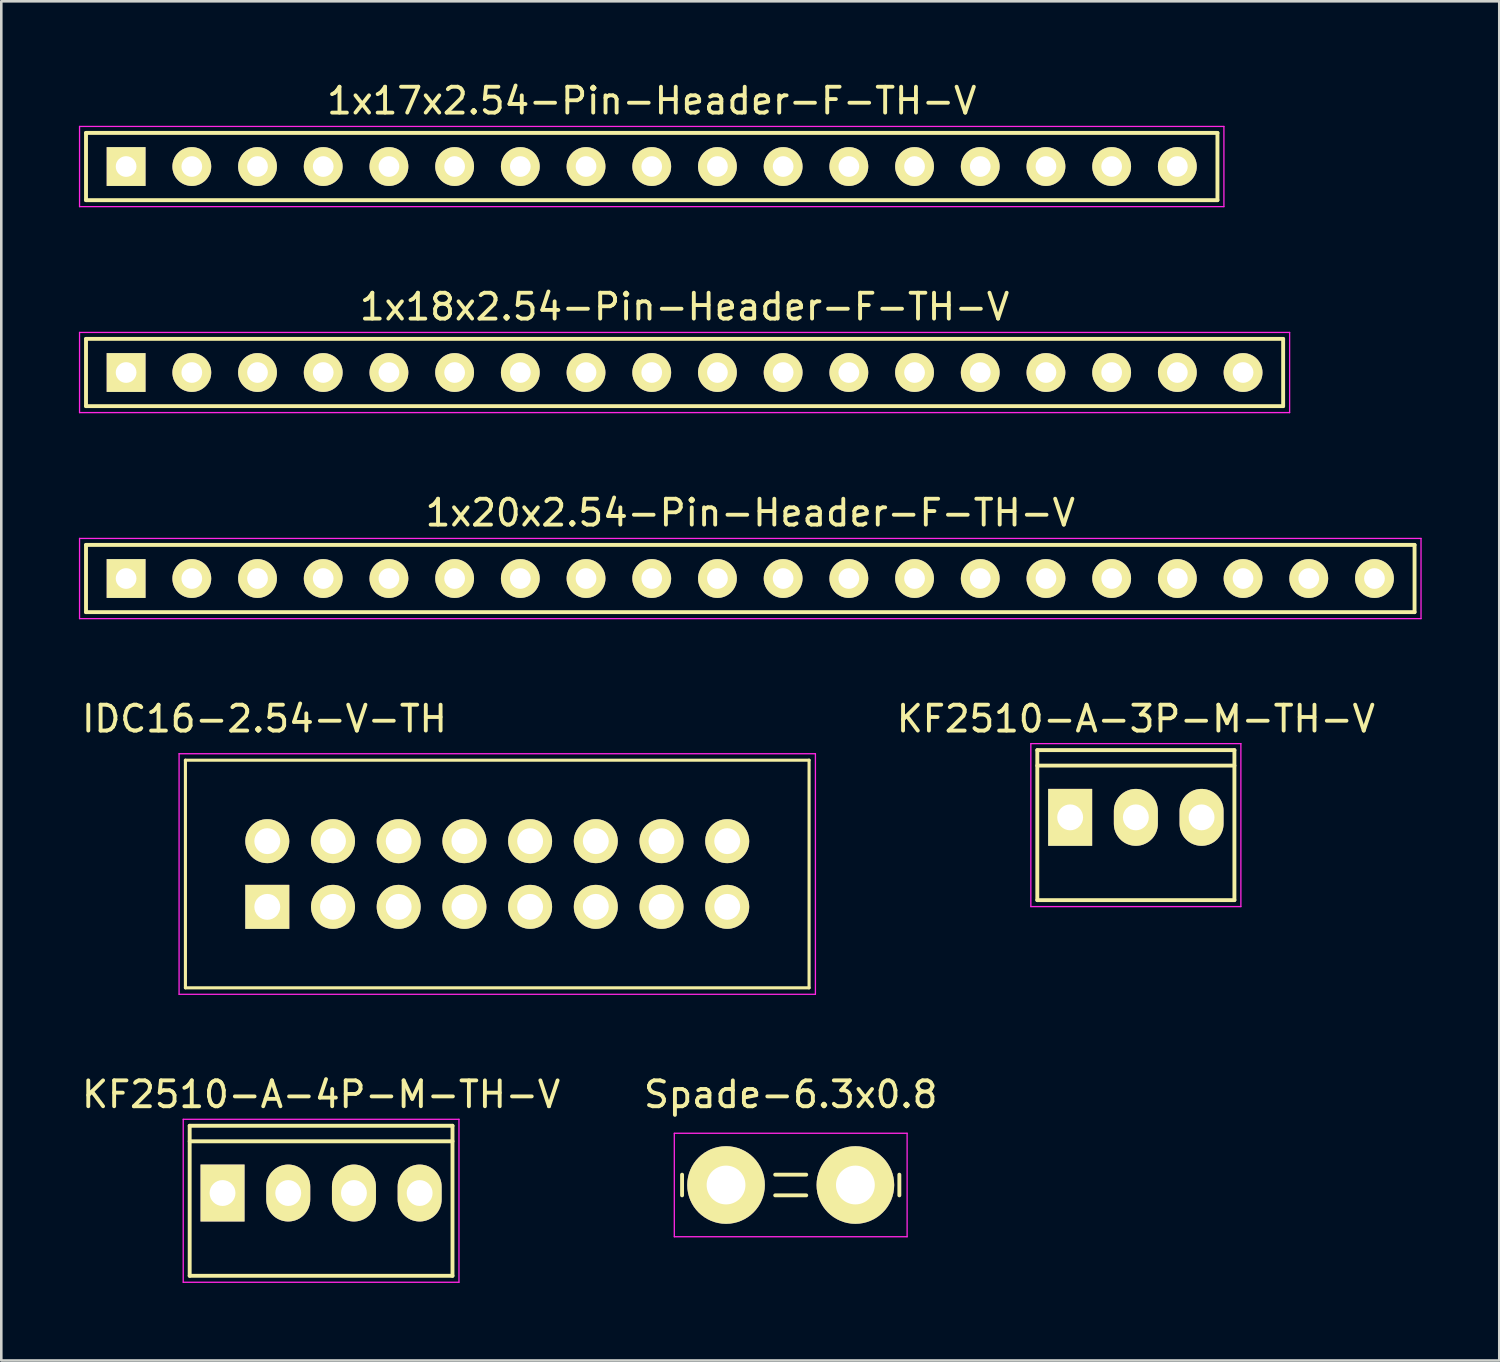
<source format=kicad_pcb>
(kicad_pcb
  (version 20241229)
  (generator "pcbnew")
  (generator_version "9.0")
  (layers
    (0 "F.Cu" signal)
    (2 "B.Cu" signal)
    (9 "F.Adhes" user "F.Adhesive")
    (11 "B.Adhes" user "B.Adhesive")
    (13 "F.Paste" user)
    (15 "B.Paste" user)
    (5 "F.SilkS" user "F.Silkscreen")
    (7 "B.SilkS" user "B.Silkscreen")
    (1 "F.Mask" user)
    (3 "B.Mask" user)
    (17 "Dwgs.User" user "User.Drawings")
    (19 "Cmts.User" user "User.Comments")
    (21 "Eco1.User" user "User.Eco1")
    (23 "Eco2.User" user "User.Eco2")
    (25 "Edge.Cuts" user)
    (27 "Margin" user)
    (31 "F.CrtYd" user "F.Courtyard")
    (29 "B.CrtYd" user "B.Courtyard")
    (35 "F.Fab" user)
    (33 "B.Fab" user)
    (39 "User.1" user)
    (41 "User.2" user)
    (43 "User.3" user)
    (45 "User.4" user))
  (footprint "1x17x2.54-Pin-Header-F-TH-V"
    (layer "F.Cu")
    (at 22.145 3.388)
    (property "Reference" "1x17x2.54-Pin-Header-F-TH-V" (at 0 -2.54 0) (layer "F.SilkS") (effects (font (size 1 1) (thickness 0.15))))
    (attr through_hole)
    (fp_line (start -21.87 -1.3) (end 21.87 -1.3) (stroke (width 0.15) (type solid)) (layer "F.SilkS"))
    (fp_line (start -21.87 1.3) (end -21.87 -1.3) (stroke (width 0.15) (type solid)) (layer "F.SilkS"))
    (fp_line (start 21.87 -1.3) (end 21.87 1.3) (stroke (width 0.15) (type solid)) (layer "F.SilkS"))
    (fp_line (start 21.87 1.3) (end -21.87 1.3) (stroke (width 0.15) (type solid)) (layer "F.SilkS"))
    (fp_line (start -22.12 -1.55) (end 22.12 -1.55) (stroke (width 0.05) (type solid)) (layer "F.CrtYd"))
    (fp_line (start -22.12 1.55) (end -22.12 -1.55) (stroke (width 0.05) (type solid)) (layer "F.CrtYd"))
    (fp_line (start 22.12 -1.55) (end 22.12 1.55) (stroke (width 0.05) (type solid)) (layer "F.CrtYd"))
    (fp_line (start 22.12 1.55) (end -22.12 1.55) (stroke (width 0.05) (type solid)) (layer "F.CrtYd"))
    (pad "1" thru_hole rect (at -20.32 0) (size 1.5 1.5) (drill 0.8) (layers "*.Cu" "*.Mask" "F.SilkS"))
    (pad "2" thru_hole circle (at -17.78 0) (size 1.5 1.5) (drill 0.8) (layers "*.Cu" "*.Mask" "F.SilkS"))
    (pad "3" thru_hole circle (at -15.24 0) (size 1.5 1.5) (drill 0.8) (layers "*.Cu" "*.Mask" "F.SilkS"))
    (pad "4" thru_hole circle (at -12.7 0) (size 1.5 1.5) (drill 0.8) (layers "*.Cu" "*.Mask" "F.SilkS"))
    (pad "5" thru_hole circle (at -10.16 0) (size 1.5 1.5) (drill 0.8) (layers "*.Cu" "*.Mask" "F.SilkS"))
    (pad "6" thru_hole circle (at -7.62 0) (size 1.5 1.5) (drill 0.8) (layers "*.Cu" "*.Mask" "F.SilkS"))
    (pad "7" thru_hole circle (at -5.08 0) (size 1.5 1.5) (drill 0.8) (layers "*.Cu" "*.Mask" "F.SilkS"))
    (pad "8" thru_hole circle (at -2.54 0) (size 1.5 1.5) (drill 0.8) (layers "*.Cu" "*.Mask" "F.SilkS"))
    (pad "9" thru_hole circle (at 0 0) (size 1.5 1.5) (drill 0.8) (layers "*.Cu" "*.Mask" "F.SilkS"))
    (pad "10" thru_hole circle (at 2.54 0) (size 1.5 1.5) (drill 0.8) (layers "*.Cu" "*.Mask" "F.SilkS"))
    (pad "11" thru_hole circle (at 5.08 0) (size 1.5 1.5) (drill 0.8) (layers "*.Cu" "*.Mask" "F.SilkS"))
    (pad "12" thru_hole circle (at 7.62 0) (size 1.5 1.5) (drill 0.8) (layers "*.Cu" "*.Mask" "F.SilkS"))
    (pad "13" thru_hole circle (at 10.16 0) (size 1.5 1.5) (drill 0.8) (layers "*.Cu" "*.Mask" "F.SilkS"))
    (pad "14" thru_hole circle (at 12.7 0) (size 1.5 1.5) (drill 0.8) (layers "*.Cu" "*.Mask" "F.SilkS"))
    (pad "15" thru_hole circle (at 15.24 0) (size 1.5 1.5) (drill 0.8) (layers "*.Cu" "*.Mask" "F.SilkS"))
    (pad "16" thru_hole circle (at 17.78 0) (size 1.5 1.5) (drill 0.8) (layers "*.Cu" "*.Mask" "F.SilkS"))
    (pad "17" thru_hole circle (at 20.32 0) (size 1.5 1.5) (drill 0.8) (layers "*.Cu" "*.Mask" "F.SilkS")))
  (footprint "Spade-6.3x0.8"
    (layer "F.Cu")
    (at 27.518 42.761)
    (property "Reference" "Spade-6.3x0.8" (at 0 -3.5 0) (layer "F.SilkS") (effects (font (size 1 1) (thickness 0.15))))
    (attr through_hole)
    (fp_line (start -4.2 -0.4) (end -4.2 0.4) (stroke (width 0.15) (type solid)) (layer "F.SilkS"))
    (fp_line (start -0.6 -0.4) (end 0.6 -0.4) (stroke (width 0.15) (type solid)) (layer "F.SilkS"))
    (fp_line (start -0.6 0.4) (end 0.6 0.4) (stroke (width 0.15) (type solid)) (layer "F.SilkS"))
    (fp_line (start 4.2 -0.4) (end 4.2 0.4) (stroke (width 0.15) (type solid)) (layer "F.SilkS"))
    (fp_line (start -4.5 -2) (end 4.5 -2) (stroke (width 0.05) (type solid)) (layer "F.CrtYd"))
    (fp_line (start -4.5 2) (end -4.5 -2) (stroke (width 0.05) (type solid)) (layer "F.CrtYd"))
    (fp_line (start 4.5 -2) (end 4.5 2) (stroke (width 0.05) (type solid)) (layer "F.CrtYd"))
    (fp_line (start 4.5 2) (end -4.5 2) (stroke (width 0.05) (type solid)) (layer "F.CrtYd"))
    (pad "1" thru_hole circle (at -2.5 0) (size 3 3) (drill 1.5) (layers "*.Cu" "*.Mask" "F.SilkS"))
    (pad "1" thru_hole circle (at 2.5 0) (size 3 3) (drill 1.5) (layers "*.Cu" "*.Mask" "F.SilkS")))
  (footprint "1x18x2.54-Pin-Header-F-TH-V"
    (layer "F.Cu")
    (at 23.415 11.351)
    (property "Reference" "1x18x2.54-Pin-Header-F-TH-V" (at 0 -2.54 0) (layer "F.SilkS") (effects (font (size 1 1) (thickness 0.15))))
    (attr through_hole)
    (fp_line (start -23.14 -1.3) (end 23.14 -1.3) (stroke (width 0.15) (type solid)) (layer "F.SilkS"))
    (fp_line (start -23.14 1.3) (end -23.14 -1.3) (stroke (width 0.15) (type solid)) (layer "F.SilkS"))
    (fp_line (start 23.14 -1.3) (end 23.14 1.3) (stroke (width 0.15) (type solid)) (layer "F.SilkS"))
    (fp_line (start 23.14 1.3) (end -23.14 1.3) (stroke (width 0.15) (type solid)) (layer "F.SilkS"))
    (fp_line (start -23.39 -1.55) (end 23.39 -1.55) (stroke (width 0.05) (type solid)) (layer "F.CrtYd"))
    (fp_line (start -23.39 1.55) (end -23.39 -1.55) (stroke (width 0.05) (type solid)) (layer "F.CrtYd"))
    (fp_line (start 23.39 -1.55) (end 23.39 1.55) (stroke (width 0.05) (type solid)) (layer "F.CrtYd"))
    (fp_line (start 23.39 1.55) (end -23.39 1.55) (stroke (width 0.05) (type solid)) (layer "F.CrtYd"))
    (pad "1" thru_hole rect (at -21.59 0) (size 1.5 1.5) (drill 0.8) (layers "*.Cu" "*.Mask" "F.SilkS"))
    (pad "2" thru_hole circle (at -19.05 0) (size 1.5 1.5) (drill 0.8) (layers "*.Cu" "*.Mask" "F.SilkS"))
    (pad "3" thru_hole circle (at -16.51 0) (size 1.5 1.5) (drill 0.8) (layers "*.Cu" "*.Mask" "F.SilkS"))
    (pad "4" thru_hole circle (at -13.97 0) (size 1.5 1.5) (drill 0.8) (layers "*.Cu" "*.Mask" "F.SilkS"))
    (pad "5" thru_hole circle (at -11.43 0) (size 1.5 1.5) (drill 0.8) (layers "*.Cu" "*.Mask" "F.SilkS"))
    (pad "6" thru_hole circle (at -8.89 0) (size 1.5 1.5) (drill 0.8) (layers "*.Cu" "*.Mask" "F.SilkS"))
    (pad "7" thru_hole circle (at -6.35 0) (size 1.5 1.5) (drill 0.8) (layers "*.Cu" "*.Mask" "F.SilkS"))
    (pad "8" thru_hole circle (at -3.81 0) (size 1.5 1.5) (drill 0.8) (layers "*.Cu" "*.Mask" "F.SilkS"))
    (pad "9" thru_hole circle (at -1.27 0) (size 1.5 1.5) (drill 0.8) (layers "*.Cu" "*.Mask" "F.SilkS"))
    (pad "10" thru_hole circle (at 1.27 0) (size 1.5 1.5) (drill 0.8) (layers "*.Cu" "*.Mask" "F.SilkS"))
    (pad "11" thru_hole circle (at 3.81 0) (size 1.5 1.5) (drill 0.8) (layers "*.Cu" "*.Mask" "F.SilkS"))
    (pad "12" thru_hole circle (at 6.35 0) (size 1.5 1.5) (drill 0.8) (layers "*.Cu" "*.Mask" "F.SilkS"))
    (pad "13" thru_hole circle (at 8.89 0) (size 1.5 1.5) (drill 0.8) (layers "*.Cu" "*.Mask" "F.SilkS"))
    (pad "14" thru_hole circle (at 11.43 0) (size 1.5 1.5) (drill 0.8) (layers "*.Cu" "*.Mask" "F.SilkS"))
    (pad "15" thru_hole circle (at 13.97 0) (size 1.5 1.5) (drill 0.8) (layers "*.Cu" "*.Mask" "F.SilkS"))
    (pad "16" thru_hole circle (at 16.51 0) (size 1.5 1.5) (drill 0.8) (layers "*.Cu" "*.Mask" "F.SilkS"))
    (pad "17" thru_hole circle (at 19.05 0) (size 1.5 1.5) (drill 0.8) (layers "*.Cu" "*.Mask" "F.SilkS"))
    (pad "18" thru_hole circle (at 21.59 0) (size 1.5 1.5) (drill 0.8) (layers "*.Cu" "*.Mask" "F.SilkS")))
  (footprint "KF2510-A-3P-M-TH-V"
    (layer "F.Cu")
    (at 40.861 28.548)
    (property "Reference" "KF2510-A-3P-M-TH-V" (at 0 -3.81 0) (layer "F.SilkS") (effects (font (size 1 1) (thickness 0.15))))
    (attr through_hole)
    (fp_line (start -3.81 -2.6) (end 3.81 -2.6) (stroke (width 0.15) (type solid)) (layer "F.SilkS"))
    (fp_line (start -3.81 -2) (end 3.81 -2) (stroke (width 0.15) (type solid)) (layer "F.SilkS"))
    (fp_line (start -3.81 3.2) (end -3.81 -2.6) (stroke (width 0.15) (type solid)) (layer "F.SilkS"))
    (fp_line (start 3.81 -2.6) (end 3.81 3.2) (stroke (width 0.15) (type solid)) (layer "F.SilkS"))
    (fp_line (start 3.81 3.2) (end -3.81 3.2) (stroke (width 0.15) (type solid)) (layer "F.SilkS"))
    (fp_line (start -4.06 -2.85) (end 4.06 -2.85) (stroke (width 0.05) (type solid)) (layer "F.CrtYd"))
    (fp_line (start -4.06 3.45) (end -4.06 -2.85) (stroke (width 0.05) (type solid)) (layer "F.CrtYd"))
    (fp_line (start 4.06 -2.85) (end 4.06 3.45) (stroke (width 0.05) (type solid)) (layer "F.CrtYd"))
    (fp_line (start 4.06 3.45) (end -4.06 3.45) (stroke (width 0.05) (type solid)) (layer "F.CrtYd"))
    (pad "1" thru_hole rect (at -2.54 0) (size 1.7 2.2) (drill 1) (layers "*.Cu" "*.Mask" "F.SilkS"))
    (pad "2" thru_hole oval (at 0 0) (size 1.7 2.2) (drill 1) (layers "*.Cu" "*.Mask" "F.SilkS"))
    (pad "3" thru_hole oval (at 2.54 0) (size 1.7 2.2) (drill 1) (layers "*.Cu" "*.Mask" "F.SilkS")))
  (footprint "IDC16-2.54-V-TH"
    (layer "F.Cu")
    (at 16.173 30.738)
    (property "Reference" "IDC16-2.54-V-TH" (at -9 -6 0) (layer "F.SilkS") (effects (font (size 1 1) (thickness 0.15))))
    (attr through_hole)
    (fp_line (start -12.055 -4.4) (end -12.055 4.4) (stroke (width 0.12) (type solid)) (layer "F.SilkS"))
    (fp_line (start -12.055 4.4) (end 12.055 4.4) (stroke (width 0.12) (type solid)) (layer "F.SilkS"))
    (fp_line (start 12.055 -4.4) (end -12.055 -4.4) (stroke (width 0.12) (type solid)) (layer "F.SilkS"))
    (fp_line (start 12.055 4.4) (end 12.055 -4.4) (stroke (width 0.12) (type solid)) (layer "F.SilkS"))
    (fp_line (start -12.3 -4.65) (end 12.3 -4.65) (stroke (width 0.05) (type solid)) (layer "F.CrtYd"))
    (fp_line (start -12.3 4.65) (end -12.3 -4.65) (stroke (width 0.05) (type solid)) (layer "F.CrtYd"))
    (fp_line (start 12.3 -4.65) (end 12.3 4.65) (stroke (width 0.05) (type solid)) (layer "F.CrtYd"))
    (fp_line (start 12.3 4.65) (end -12.3 4.65) (stroke (width 0.05) (type solid)) (layer "F.CrtYd"))
    (pad "1" thru_hole rect (at -8.89 1.27) (size 1.7 1.7) (drill 1) (layers "*.Cu" "*.Mask" "F.SilkS"))
    (pad "2" thru_hole circle (at -8.89 -1.27) (size 1.7 1.7) (drill 1) (layers "*.Cu" "*.Mask" "F.SilkS"))
    (pad "3" thru_hole circle (at -6.35 1.27) (size 1.7 1.7) (drill 1) (layers "*.Cu" "*.Mask" "F.SilkS"))
    (pad "4" thru_hole circle (at -6.35 -1.27) (size 1.7 1.7) (drill 1) (layers "*.Cu" "*.Mask" "F.SilkS"))
    (pad "5" thru_hole circle (at -3.81 1.27) (size 1.7 1.7) (drill 1) (layers "*.Cu" "*.Mask" "F.SilkS"))
    (pad "6" thru_hole circle (at -3.81 -1.27) (size 1.7 1.7) (drill 1) (layers "*.Cu" "*.Mask" "F.SilkS"))
    (pad "7" thru_hole circle (at -1.27 1.27) (size 1.7 1.7) (drill 1) (layers "*.Cu" "*.Mask" "F.SilkS"))
    (pad "8" thru_hole circle (at -1.27 -1.27) (size 1.7 1.7) (drill 1) (layers "*.Cu" "*.Mask" "F.SilkS"))
    (pad "9" thru_hole circle (at 1.27 1.27) (size 1.7 1.7) (drill 1) (layers "*.Cu" "*.Mask" "F.SilkS"))
    (pad "10" thru_hole circle (at 1.27 -1.27) (size 1.7 1.7) (drill 1) (layers "*.Cu" "*.Mask" "F.SilkS"))
    (pad "11" thru_hole circle (at 3.81 1.27) (size 1.7 1.7) (drill 1) (layers "*.Cu" "*.Mask" "F.SilkS"))
    (pad "12" thru_hole circle (at 3.81 -1.27) (size 1.7 1.7) (drill 1) (layers "*.Cu" "*.Mask" "F.SilkS"))
    (pad "13" thru_hole circle (at 6.35 1.27) (size 1.7 1.7) (drill 1) (layers "*.Cu" "*.Mask" "F.SilkS"))
    (pad "14" thru_hole circle (at 6.35 -1.27) (size 1.7 1.7) (drill 1) (layers "*.Cu" "*.Mask" "F.SilkS"))
    (pad "15" thru_hole circle (at 8.89 1.27) (size 1.7 1.7) (drill 1) (layers "*.Cu" "*.Mask" "F.SilkS"))
    (pad "16" thru_hole circle (at 8.89 -1.27) (size 1.7 1.7) (drill 1) (layers "*.Cu" "*.Mask" "F.SilkS")))
  (footprint "1x20x2.54-Pin-Header-F-TH-V"
    (layer "F.Cu")
    (at 25.955 19.315)
    (property "Reference" "1x20x2.54-Pin-Header-F-TH-V" (at 0 -2.54 0) (layer "F.SilkS") (effects (font (size 1 1) (thickness 0.15))))
    (attr through_hole)
    (fp_line (start -25.68 -1.3) (end 25.68 -1.3) (stroke (width 0.15) (type solid)) (layer "F.SilkS"))
    (fp_line (start -25.68 1.3) (end -25.68 -1.3) (stroke (width 0.15) (type solid)) (layer "F.SilkS"))
    (fp_line (start 25.68 -1.3) (end 25.68 1.3) (stroke (width 0.15) (type solid)) (layer "F.SilkS"))
    (fp_line (start 25.68 1.3) (end -25.68 1.3) (stroke (width 0.15) (type solid)) (layer "F.SilkS"))
    (fp_line (start -25.93 -1.55) (end 25.93 -1.55) (stroke (width 0.05) (type solid)) (layer "F.CrtYd"))
    (fp_line (start -25.93 1.55) (end -25.93 -1.55) (stroke (width 0.05) (type solid)) (layer "F.CrtYd"))
    (fp_line (start 25.93 -1.55) (end 25.93 1.55) (stroke (width 0.05) (type solid)) (layer "F.CrtYd"))
    (fp_line (start 25.93 1.55) (end -25.93 1.55) (stroke (width 0.05) (type solid)) (layer "F.CrtYd"))
    (pad "1" thru_hole rect (at -24.13 0) (size 1.5 1.5) (drill 0.8) (layers "*.Cu" "*.Mask" "F.SilkS"))
    (pad "2" thru_hole circle (at -21.59 0) (size 1.5 1.5) (drill 0.8) (layers "*.Cu" "*.Mask" "F.SilkS"))
    (pad "3" thru_hole circle (at -19.05 0) (size 1.5 1.5) (drill 0.8) (layers "*.Cu" "*.Mask" "F.SilkS"))
    (pad "4" thru_hole circle (at -16.51 0) (size 1.5 1.5) (drill 0.8) (layers "*.Cu" "*.Mask" "F.SilkS"))
    (pad "5" thru_hole circle (at -13.97 0) (size 1.5 1.5) (drill 0.8) (layers "*.Cu" "*.Mask" "F.SilkS"))
    (pad "6" thru_hole circle (at -11.43 0) (size 1.5 1.5) (drill 0.8) (layers "*.Cu" "*.Mask" "F.SilkS"))
    (pad "7" thru_hole circle (at -8.89 0) (size 1.5 1.5) (drill 0.8) (layers "*.Cu" "*.Mask" "F.SilkS"))
    (pad "8" thru_hole circle (at -6.35 0) (size 1.5 1.5) (drill 0.8) (layers "*.Cu" "*.Mask" "F.SilkS"))
    (pad "9" thru_hole circle (at -3.81 0) (size 1.5 1.5) (drill 0.8) (layers "*.Cu" "*.Mask" "F.SilkS"))
    (pad "10" thru_hole circle (at -1.27 0) (size 1.5 1.5) (drill 0.8) (layers "*.Cu" "*.Mask" "F.SilkS"))
    (pad "11" thru_hole circle (at 1.27 0) (size 1.5 1.5) (drill 0.8) (layers "*.Cu" "*.Mask" "F.SilkS"))
    (pad "12" thru_hole circle (at 3.81 0) (size 1.5 1.5) (drill 0.8) (layers "*.Cu" "*.Mask" "F.SilkS"))
    (pad "13" thru_hole circle (at 6.35 0) (size 1.5 1.5) (drill 0.8) (layers "*.Cu" "*.Mask" "F.SilkS"))
    (pad "14" thru_hole circle (at 8.89 0) (size 1.5 1.5) (drill 0.8) (layers "*.Cu" "*.Mask" "F.SilkS"))
    (pad "15" thru_hole circle (at 11.43 0) (size 1.5 1.5) (drill 0.8) (layers "*.Cu" "*.Mask" "F.SilkS"))
    (pad "16" thru_hole circle (at 13.97 0) (size 1.5 1.5) (drill 0.8) (layers "*.Cu" "*.Mask" "F.SilkS"))
    (pad "17" thru_hole circle (at 16.51 0) (size 1.5 1.5) (drill 0.8) (layers "*.Cu" "*.Mask" "F.SilkS"))
    (pad "18" thru_hole circle (at 19.05 0) (size 1.5 1.5) (drill 0.8) (layers "*.Cu" "*.Mask" "F.SilkS"))
    (pad "19" thru_hole circle (at 21.59 0) (size 1.5 1.5) (drill 0.8) (layers "*.Cu" "*.Mask" "F.SilkS"))
    (pad "20" thru_hole circle (at 24.13 0) (size 1.5 1.5) (drill 0.8) (layers "*.Cu" "*.Mask" "F.SilkS")))
  (footprint "KF2510-A-4P-M-TH-V"
    (layer "F.Cu")
    (at 9.363 43.071)
    (property "Reference" "KF2510-A-4P-M-TH-V" (at 0 -3.81 0) (layer "F.SilkS") (effects (font (size 1 1) (thickness 0.15))))
    (attr through_hole)
    (fp_line (start -5.08 -2.6) (end 5.08 -2.6) (stroke (width 0.15) (type solid)) (layer "F.SilkS"))
    (fp_line (start -5.08 -2) (end 5.08 -2) (stroke (width 0.15) (type solid)) (layer "F.SilkS"))
    (fp_line (start -5.08 3.2) (end -5.08 -2.6) (stroke (width 0.15) (type solid)) (layer "F.SilkS"))
    (fp_line (start 5.08 -2.6) (end 5.08 3.2) (stroke (width 0.15) (type solid)) (layer "F.SilkS"))
    (fp_line (start 5.08 3.2) (end -5.08 3.2) (stroke (width 0.15) (type solid)) (layer "F.SilkS"))
    (fp_line (start -5.33 -2.85) (end 5.33 -2.85) (stroke (width 0.05) (type solid)) (layer "F.CrtYd"))
    (fp_line (start -5.33 3.45) (end -5.33 -2.85) (stroke (width 0.05) (type solid)) (layer "F.CrtYd"))
    (fp_line (start 5.33 -2.85) (end 5.33 3.45) (stroke (width 0.05) (type solid)) (layer "F.CrtYd"))
    (fp_line (start 5.33 3.45) (end -5.33 3.45) (stroke (width 0.05) (type solid)) (layer "F.CrtYd"))
    (pad "1" thru_hole rect (at -3.81 0) (size 1.7 2.2) (drill 1) (layers "*.Cu" "*.Mask" "F.SilkS"))
    (pad "2" thru_hole oval (at -1.27 0) (size 1.7 2.2) (drill 1) (layers "*.Cu" "*.Mask" "F.SilkS"))
    (pad "3" thru_hole oval (at 1.27 0) (size 1.7 2.2) (drill 1) (layers "*.Cu" "*.Mask" "F.SilkS"))
    (pad "4" thru_hole oval (at 3.81 0) (size 1.7 2.2) (drill 1) (layers "*.Cu" "*.Mask" "F.SilkS")))
  (gr_rect
    (start -3 -3)
    (end 54.91 49.546)
    (stroke (width 0.1) (type default))
    (fill no)
    (layer "Edge.Cuts")))
</source>
